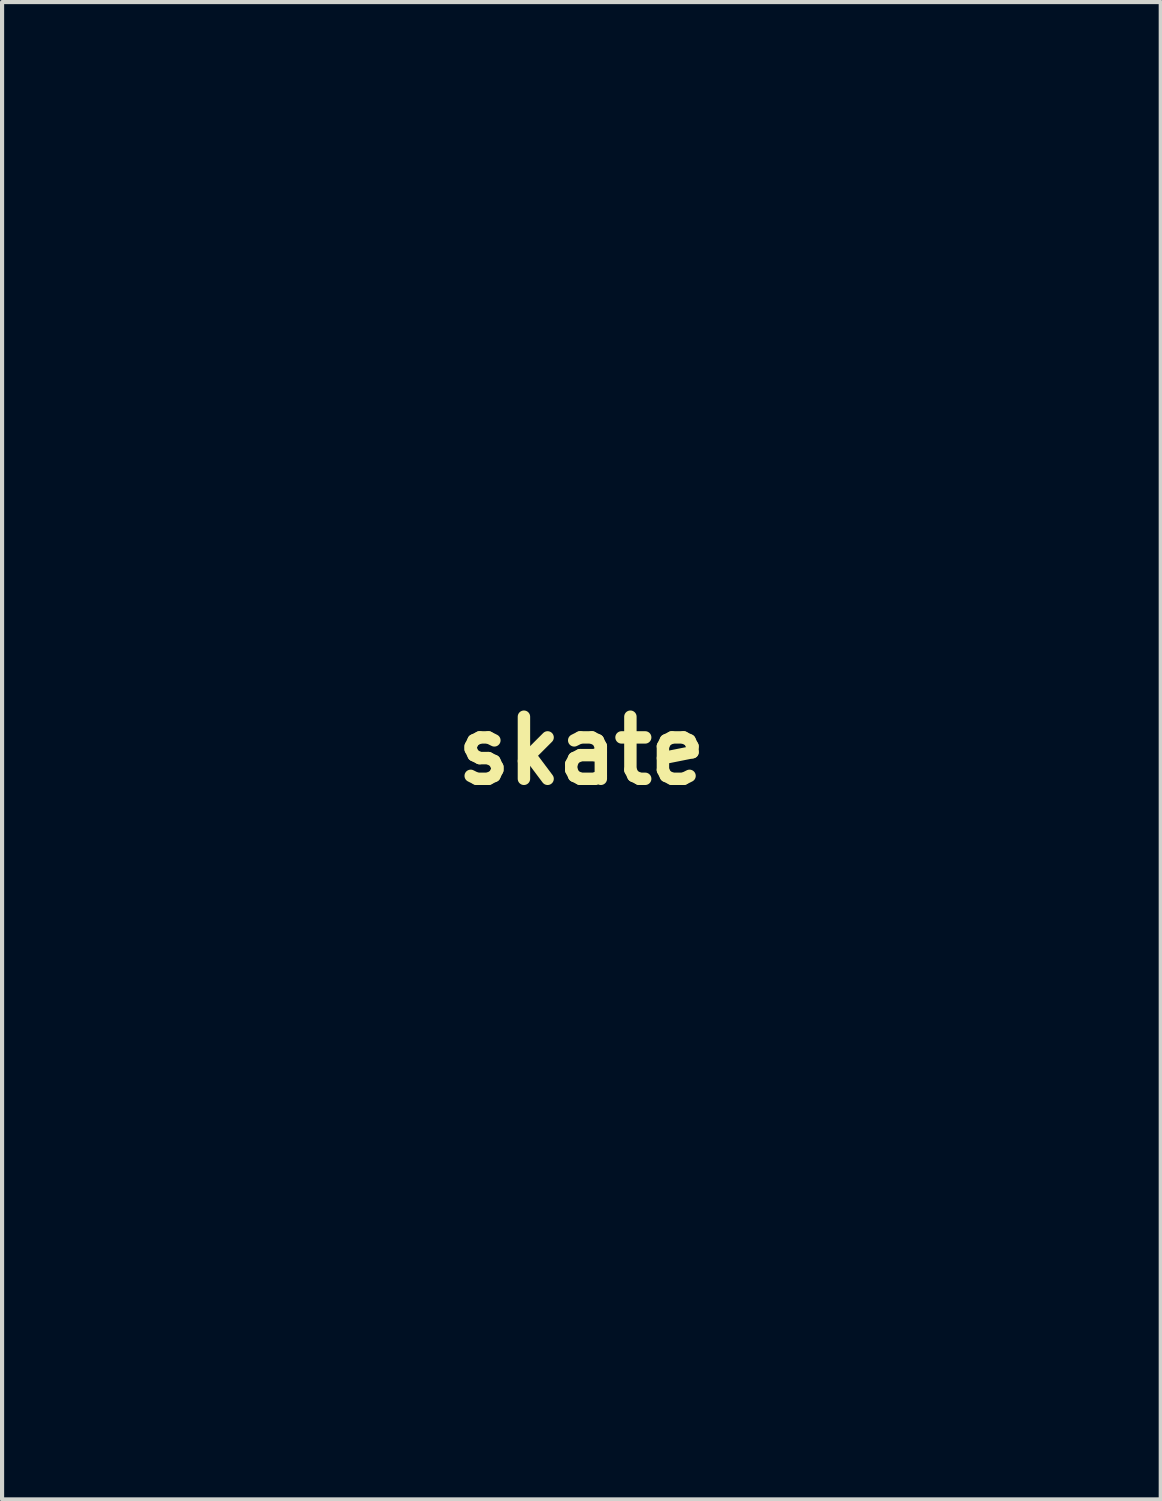
<source format=kicad_pcb>
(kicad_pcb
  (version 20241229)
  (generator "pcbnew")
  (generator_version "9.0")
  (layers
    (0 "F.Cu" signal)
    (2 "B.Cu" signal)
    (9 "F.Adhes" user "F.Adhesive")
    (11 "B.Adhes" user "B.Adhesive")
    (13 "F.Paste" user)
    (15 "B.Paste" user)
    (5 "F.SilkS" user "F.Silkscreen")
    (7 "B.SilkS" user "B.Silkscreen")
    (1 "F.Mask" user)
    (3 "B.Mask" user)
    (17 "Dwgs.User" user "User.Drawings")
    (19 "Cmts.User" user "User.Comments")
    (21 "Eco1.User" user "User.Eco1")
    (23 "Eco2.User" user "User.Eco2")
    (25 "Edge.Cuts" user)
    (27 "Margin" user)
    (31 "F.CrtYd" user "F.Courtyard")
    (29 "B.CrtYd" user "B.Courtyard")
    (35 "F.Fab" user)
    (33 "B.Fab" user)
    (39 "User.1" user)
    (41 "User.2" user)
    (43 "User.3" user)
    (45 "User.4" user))
  (footprint "skate"
    (layer "F.Cu")
    (at 10.998 15.083)
    (property "Reference" "skate" (at 0 0 0) (layer "F.SilkS") (effects (font (size 1.5 1.5) (thickness 0.3))))
    (attr board_only exclude_from_pos_files exclude_from_bom)
    (fp_poly (pts (xy -3.333 13.455) (xy -3.051 13.686) (xy -3.001 13.753) (xy -2.905 14.032) (xy -2.909 14.365) (xy -3.003 14.677) (xy -3.113 14.835) (xy -3.397 15.012) (xy -3.748 15.085) (xy -4.091 15.039) (xy -4.132 15.023) (xy -4.386 14.836) (xy -4.575 14.55) (xy -4.656 14.232) (xy -4.656 14.207) (xy -4.581 13.904) (xy -4.388 13.621) (xy -4.123 13.418) (xy -4.035 13.382) (xy -3.679 13.347)) (stroke (width 0) (type solid)) (fill yes) (layer "F.Mask"))
    (fp_poly (pts (xy 3.402 13.318) (xy 3.786 13.437) (xy 4.046 13.67) (xy 4.177 14.008) (xy 4.191 14.191) (xy 4.17 14.461) (xy 4.083 14.65) (xy 3.914 14.824) (xy 3.602 15.012) (xy 3.262 15.072) (xy 2.945 14.997) (xy 2.825 14.921) (xy 2.56 14.616) (xy 2.454 14.277) (xy 2.51 13.929) (xy 2.729 13.596) (xy 2.754 13.57) (xy 2.951 13.39) (xy 3.111 13.311) (xy 3.305 13.306)) (stroke (width 0) (type solid)) (fill yes) (layer "F.Mask"))
    (fp_poly (pts (xy 2.538 -14.981) (xy 2.862 -14.852) (xy 3.369 -14.514) (xy 3.751 -14.083) (xy 4.007 -13.585) (xy 4.132 -13.045) (xy 4.125 -12.488) (xy 3.983 -11.939) (xy 3.702 -11.423) (xy 3.285 -10.97) (xy 2.777 -10.641) (xy 2.208 -10.465) (xy 1.6 -10.444) (xy 1.089 -10.547) (xy 0.669 -10.747) (xy 0.258 -11.066) (xy -0.095 -11.458) (xy -0.337 -11.869) (xy -0.49 -12.424) (xy -0.497 -13.005) (xy -0.368 -13.573) (xy -0.111 -14.09) (xy 0.264 -14.516) (xy 0.274 -14.525) (xy 0.782 -14.85) (xy 1.354 -15.037) (xy 1.951 -15.083)) (stroke (width 0) (type solid)) (fill yes) (layer "F.Mask"))
    (fp_poly (pts (xy 1.86 11.345) (xy 2.687 11.347) (xy 3.38 11.352) (xy 3.951 11.36) (xy 4.411 11.373) (xy 4.773 11.392) (xy 5.048 11.418) (xy 5.249 11.452) (xy 5.386 11.496) (xy 5.471 11.55) (xy 5.518 11.615) (xy 5.536 11.693) (xy 5.539 11.785) (xy 5.537 11.887) (xy 5.54 12.005) (xy 5.54 12.107) (xy 5.525 12.193) (xy 5.484 12.266) (xy 5.405 12.325) (xy 5.276 12.374) (xy 5.085 12.412) (xy 4.82 12.441) (xy 4.47 12.463) (xy 4.021 12.479) (xy 3.464 12.49) (xy 2.785 12.497) (xy 1.973 12.502) (xy 1.016 12.507) (xy -0.098 12.511) (xy -0.159 12.511) (xy -1.248 12.516) (xy -2.18 12.519) (xy -2.969 12.521) (xy -3.626 12.521) (xy -4.165 12.52) (xy -4.599 12.515) (xy -4.94 12.508) (xy -5.2 12.497) (xy -5.394 12.483) (xy -5.533 12.465) (xy -5.63 12.443) (xy -5.698 12.416) (xy -5.75 12.385) (xy -5.786 12.357) (xy -5.959 12.132) (xy -6.015 11.859) (xy -5.947 11.6) (xy -5.856 11.485) (xy -5.814 11.457) (xy -5.744 11.433) (xy -5.636 11.412) (xy -5.477 11.395) (xy -5.254 11.381) (xy -4.955 11.37) (xy -4.568 11.362) (xy -4.08 11.355) (xy -3.479 11.351) (xy -2.753 11.348) (xy -1.889 11.346) (xy -0.875 11.345) (xy -0.242 11.345) (xy 0.888 11.345)) (stroke (width 0) (type solid)) (fill yes) (layer "F.Mask"))
    (fp_poly (pts (xy -5.149 0.491) (xy -4.992 0.64) (xy -4.764 0.862) (xy -4.487 1.137) (xy -4.185 1.439) (xy -3.881 1.746) (xy -3.598 2.034) (xy -3.359 2.281) (xy -3.188 2.462) (xy -3.107 2.555) (xy -3.104 2.56) (xy -3.143 2.636) (xy -3.257 2.842) (xy -3.436 3.161) (xy -3.672 3.575) (xy -3.954 4.068) (xy -4.273 4.624) (xy -4.618 5.224) (xy -4.981 5.853) (xy -5.351 6.493) (xy -5.718 7.128) (xy -6.074 7.741) (xy -6.408 8.314) (xy -6.711 8.832) (xy -6.972 9.276) (xy -7.069 9.44) (xy -7.271 9.784) (xy -7.517 10.205) (xy -7.766 10.635) (xy -7.873 10.823) (xy -8.166 11.302) (xy -8.426 11.644) (xy -8.681 11.873) (xy -8.958 12.009) (xy -9.284 12.076) (xy -9.429 12.087) (xy -9.778 12.09) (xy -10.026 12.043) (xy -10.206 11.955) (xy -10.614 11.613) (xy -10.882 11.2) (xy -10.998 10.736) (xy -10.983 10.384) (xy -10.931 10.257) (xy -10.802 10.001) (xy -10.602 9.63) (xy -10.342 9.161) (xy -10.03 8.609) (xy -9.674 7.99) (xy -9.284 7.319) (xy -8.885 6.642) (xy -8.437 5.886) (xy -7.987 5.125) (xy -7.547 4.382) (xy -7.132 3.68) (xy -6.754 3.041) (xy -6.428 2.488) (xy -6.165 2.044) (xy -6.033 1.82) (xy -5.78 1.392) (xy -5.557 1.016) (xy -5.379 0.717) (xy -5.259 0.518) (xy -5.21 0.441)) (stroke (width 0) (type solid)) (fill yes) (layer "F.Mask"))
    (fp_poly (pts (xy -1.179 -9.991) (xy 0.321 -9.991) (xy 0.487 -9.991) (xy 10.135 -9.991) (xy 10.423 -9.798) (xy 10.744 -9.496) (xy 10.933 -9.129) (xy 10.989 -8.733) (xy 10.916 -8.343) (xy 10.714 -7.993) (xy 10.386 -7.718) (xy 10.323 -7.684) (xy 10.241 -7.648) (xy 10.136 -7.618) (xy 9.993 -7.594) (xy 9.796 -7.575) (xy 9.529 -7.561) (xy 9.177 -7.55) (xy 8.722 -7.543) (xy 8.151 -7.538) (xy 7.445 -7.536) (xy 6.591 -7.535) (xy 6.35 -7.535) (xy 2.667 -7.534) (xy 1.016 -4.643) (xy 0.651 -4.004) (xy 0.313 -3.409) (xy 0.01 -2.876) (xy -0.248 -2.42) (xy -0.453 -2.058) (xy -0.593 -1.806) (xy -0.662 -1.681) (xy -0.667 -1.671) (xy -0.617 -1.593) (xy -0.46 -1.411) (xy -0.212 -1.14) (xy 0.116 -0.794) (xy 0.507 -0.389) (xy 0.95 0.061) (xy 1.214 0.328) (xy 1.838 0.959) (xy 2.354 1.495) (xy 2.758 1.931) (xy 3.047 2.263) (xy 3.217 2.487) (xy 3.257 2.558) (xy 3.348 2.918) (xy 3.376 3.351) (xy 3.341 3.773) (xy 3.274 4.025) (xy 3.202 4.177) (xy 3.059 4.453) (xy 2.856 4.83) (xy 2.604 5.29) (xy 2.316 5.811) (xy 2.003 6.372) (xy 1.676 6.954) (xy 1.348 7.536) (xy 1.028 8.098) (xy 0.73 8.618) (xy 0.464 9.077) (xy 0.242 9.454) (xy 0.076 9.729) (xy -0.022 9.88) (xy -0.035 9.896) (xy -0.297 10.111) (xy -0.643 10.29) (xy -0.995 10.396) (xy -1.143 10.41) (xy -1.384 10.374) (xy -1.667 10.284) (xy -1.736 10.254) (xy -2.166 9.974) (xy -2.459 9.608) (xy -2.608 9.175) (xy -2.605 8.697) (xy -2.446 8.194) (xy -2.42 8.141) (xy -2.318 7.95) (xy -2.147 7.639) (xy -1.923 7.236) (xy -1.661 6.768) (xy -1.375 6.263) (xy -1.246 6.036) (xy -0.277 4.336) (xy -2.512 2.104) (xy -3.032 1.582) (xy -3.524 1.08) (xy -3.972 0.615) (xy -4.36 0.204) (xy -4.675 -0.138) (xy -4.899 -0.392) (xy -5.015 -0.542) (xy -5.294 -1.125) (xy -5.427 -1.764) (xy -5.405 -2.409) (xy -5.381 -2.562) (xy -5.355 -2.696) (xy -5.32 -2.828) (xy -5.265 -2.977) (xy -5.183 -3.16) (xy -5.064 -3.395) (xy -4.9 -3.7) (xy -4.682 -4.094) (xy -4.401 -4.594) (xy -4.048 -5.217) (xy -3.927 -5.431) (xy -3.629 -5.96) (xy -3.36 -6.441) (xy -3.131 -6.852) (xy -2.954 -7.177) (xy -2.838 -7.394) (xy -2.794 -7.484) (xy -2.794 -7.485) (xy -2.876 -7.496) (xy -3.108 -7.507) (xy -3.472 -7.516) (xy -3.95 -7.524) (xy -4.523 -7.53) (xy -5.171 -7.534) (xy -5.878 -7.535) (xy -5.929 -7.535) (xy -6.788 -7.536) (xy -7.494 -7.539) (xy -8.065 -7.547) (xy -8.518 -7.561) (xy -8.871 -7.584) (xy -9.14 -7.618) (xy -9.344 -7.664) (xy -9.498 -7.725) (xy -9.62 -7.802) (xy -9.728 -7.898) (xy -9.814 -7.989) (xy -9.988 -8.289) (xy -10.068 -8.668) (xy -10.048 -9.063) (xy -9.925 -9.409) (xy -9.915 -9.426) (xy -9.866 -9.511) (xy -9.823 -9.588) (xy -9.778 -9.655) (xy -9.72 -9.715) (xy -9.642 -9.767) (xy -9.534 -9.812) (xy -9.386 -9.851) (xy -9.189 -9.884) (xy -8.934 -9.911) (xy -8.613 -9.933) (xy -8.215 -9.951) (xy -7.731 -9.965) (xy -7.153 -9.975) (xy -6.471 -9.982) (xy -5.675 -9.987) (xy -4.758 -9.99) (xy -3.708 -9.991) (xy -2.518 -9.991)) (stroke (width 0) (type solid)) (fill yes) (layer "F.Mask")))
  (gr_rect
    (start -3 -3)
    (end 24.987 33.167)
    (stroke (width 0.1) (type default))
    (fill no)
    (layer "Edge.Cuts")))
</source>
